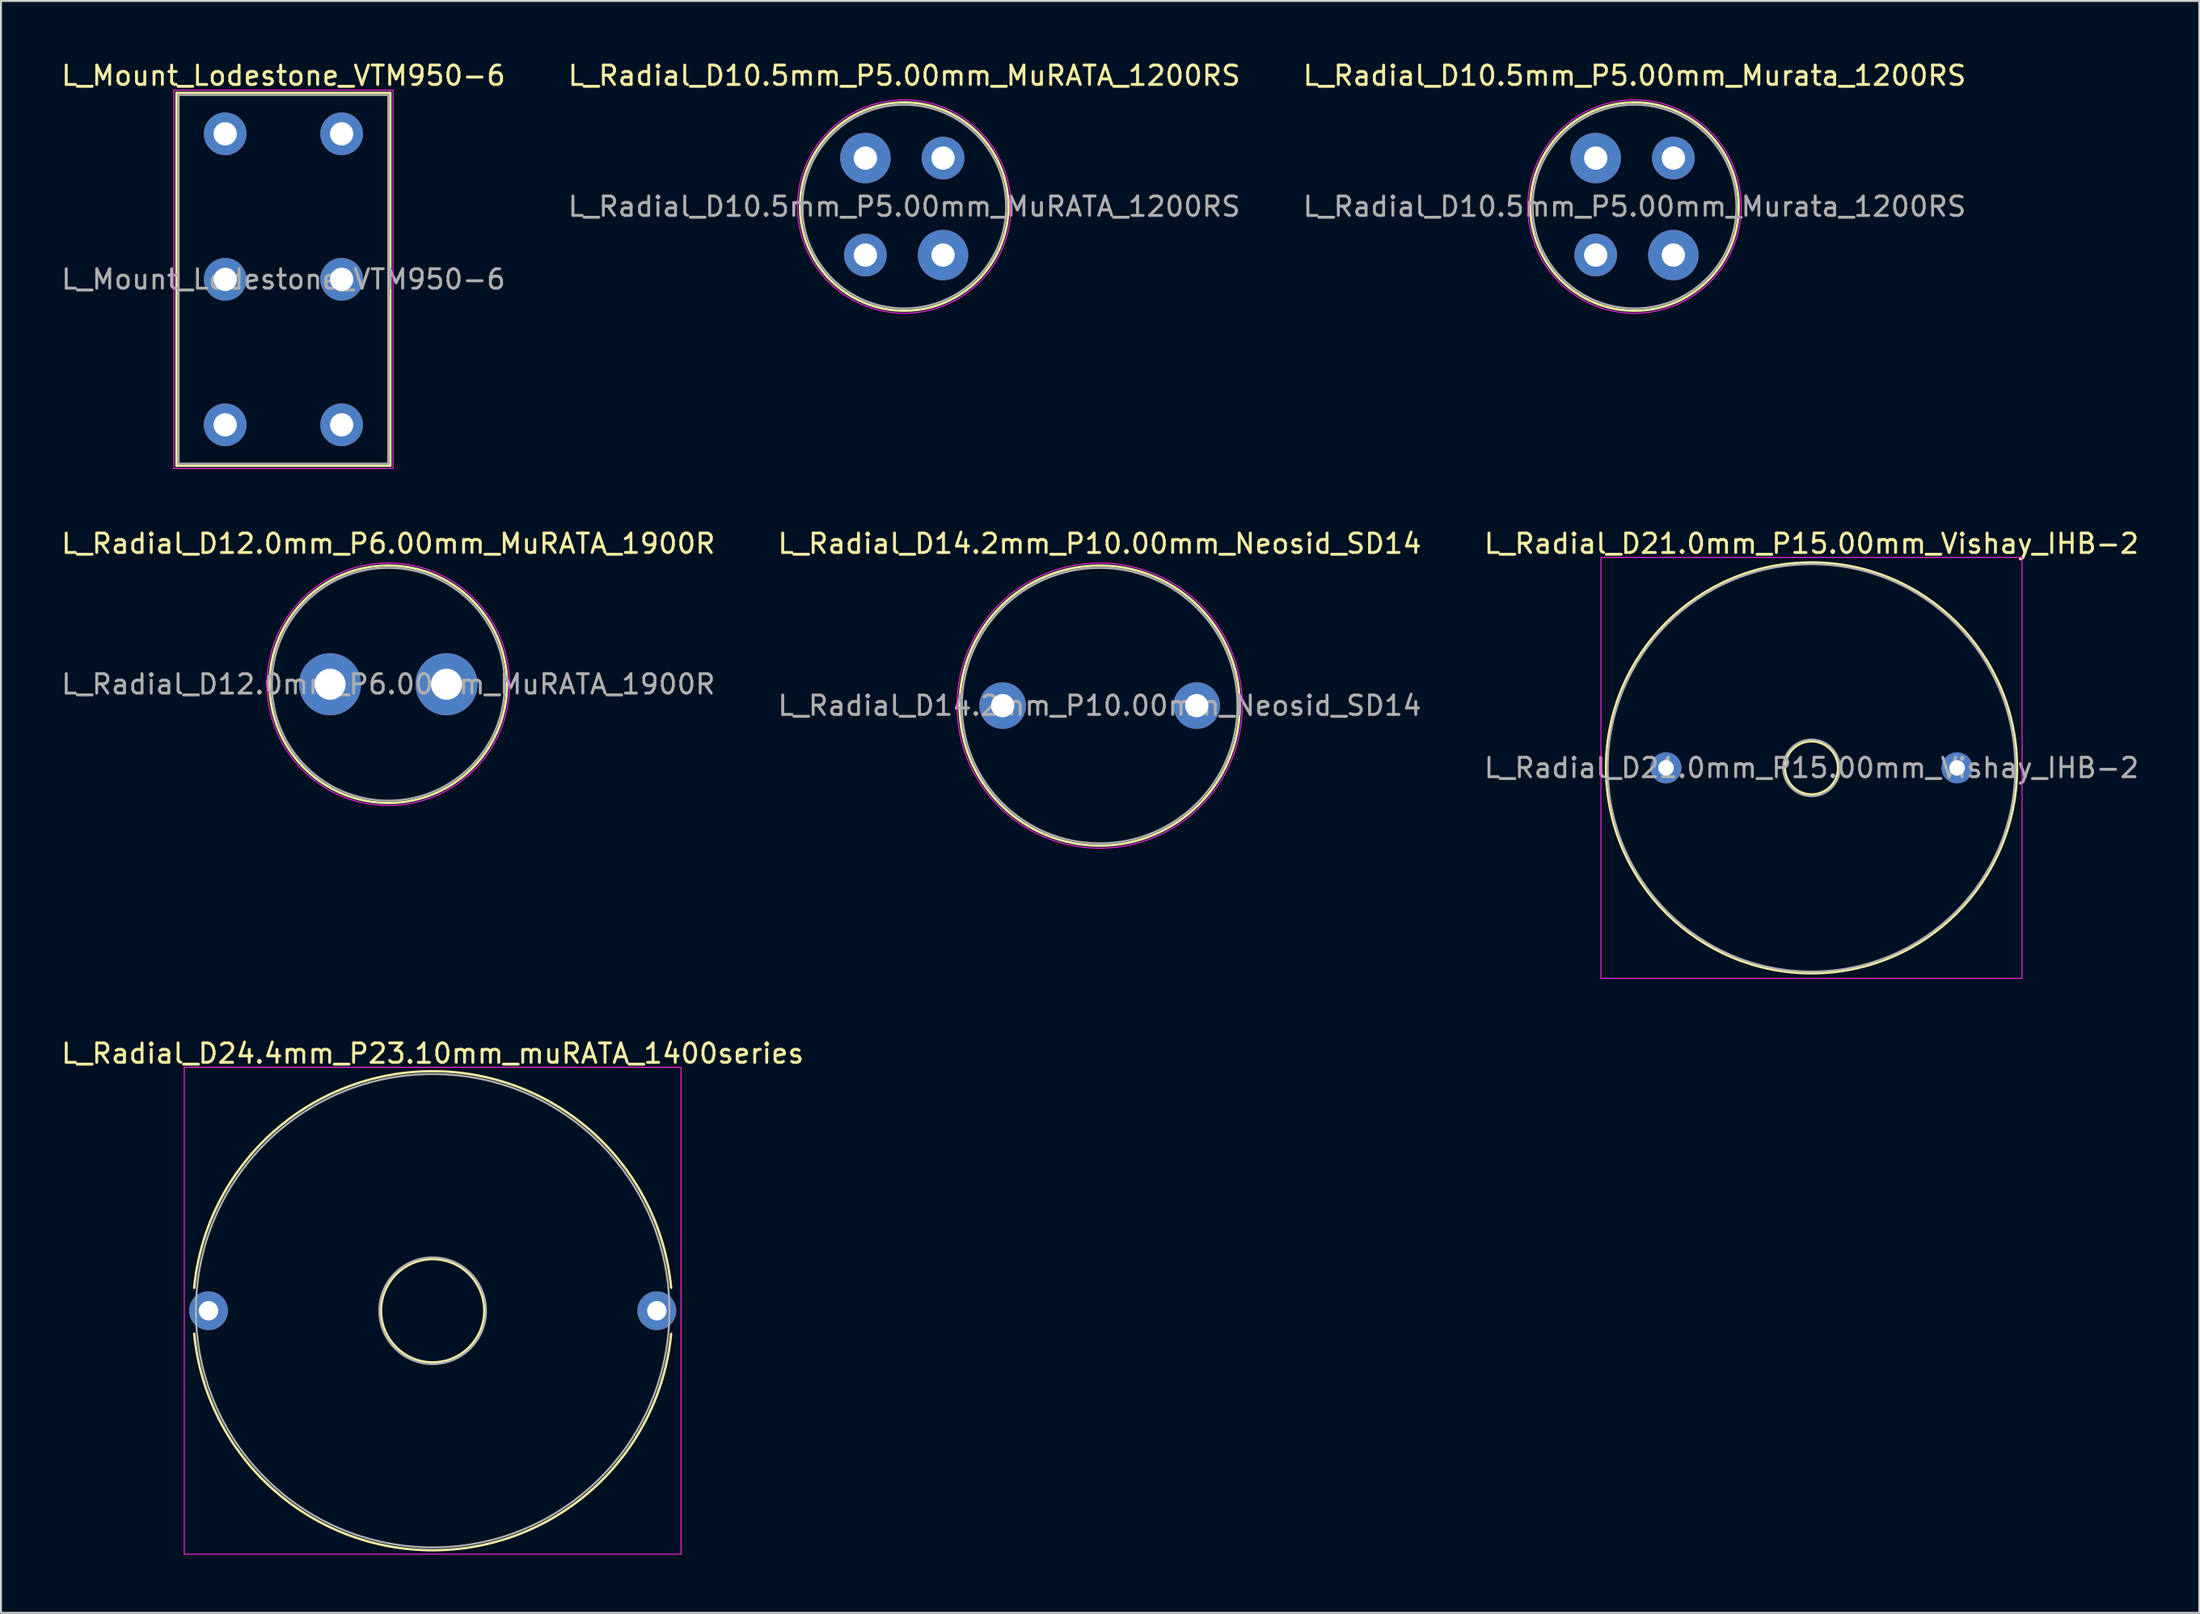
<source format=kicad_pcb>
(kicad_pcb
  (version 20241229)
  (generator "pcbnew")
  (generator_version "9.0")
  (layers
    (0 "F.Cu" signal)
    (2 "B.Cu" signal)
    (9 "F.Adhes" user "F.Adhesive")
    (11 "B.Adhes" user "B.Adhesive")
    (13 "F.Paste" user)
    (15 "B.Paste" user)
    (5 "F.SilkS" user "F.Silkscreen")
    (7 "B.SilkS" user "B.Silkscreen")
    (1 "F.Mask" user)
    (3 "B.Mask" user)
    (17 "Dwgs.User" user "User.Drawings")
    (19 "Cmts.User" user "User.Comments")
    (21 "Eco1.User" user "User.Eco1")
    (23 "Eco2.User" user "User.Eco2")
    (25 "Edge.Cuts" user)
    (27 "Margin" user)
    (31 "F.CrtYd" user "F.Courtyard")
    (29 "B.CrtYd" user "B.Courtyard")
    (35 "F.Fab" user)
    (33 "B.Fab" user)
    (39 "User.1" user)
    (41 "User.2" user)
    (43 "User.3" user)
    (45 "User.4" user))
  (footprint "L_Mount_Lodestone_VTM950-6"
    (layer "F.Cu")
    (at 8.554 3.848)
    (property "Reference" "L_Mount_Lodestone_VTM950-6" (at 3 -3 0) (layer "F.SilkS") (effects (font (size 1 1) (thickness 0.15))))
    (attr through_hole)
    (fp_line (start -2.51 -2.11) (end -2.51 17.11) (stroke (width 0.12) (type solid)) (layer "F.SilkS"))
    (fp_line (start -2.51 -2.11) (end 8.51 -2.11) (stroke (width 0.12) (type solid)) (layer "F.SilkS"))
    (fp_line (start -2.51 17.11) (end 8.51 17.11) (stroke (width 0.12) (type solid)) (layer "F.SilkS"))
    (fp_line (start 8.51 -2.11) (end 8.51 17.11) (stroke (width 0.12) (type solid)) (layer "F.SilkS"))
    (fp_line (start -2.65 -2.25) (end -2.65 17.25) (stroke (width 0.05) (type solid)) (layer "F.CrtYd"))
    (fp_line (start -2.65 -2.25) (end 8.65 -2.25) (stroke (width 0.05) (type solid)) (layer "F.CrtYd"))
    (fp_line (start -2.65 17.25) (end 8.65 17.25) (stroke (width 0.05) (type solid)) (layer "F.CrtYd"))
    (fp_line (start 8.65 -2.25) (end 8.65 17.25) (stroke (width 0.05) (type solid)) (layer "F.CrtYd"))
    (fp_line (start -2.4 -2) (end -2.4 17) (stroke (width 0.1) (type solid)) (layer "F.Fab"))
    (fp_line (start -2.4 -2) (end 8.4 -2) (stroke (width 0.1) (type solid)) (layer "F.Fab"))
    (fp_line (start -2.4 17) (end 8.4 17) (stroke (width 0.1) (type solid)) (layer "F.Fab"))
    (fp_line (start 8.4 -2) (end 8.4 17) (stroke (width 0.1) (type solid)) (layer "F.Fab"))
    (fp_text user "${REFERENCE}" (at 3 7.5 0) (layer "F.Fab") (effects (font (size 1 1) (thickness 0.15))))
    (pad "1" thru_hole circle (at 0 0) (size 2.2 2.2) (drill 1.2) (layers "*.Cu" "*.Mask"))
    (pad "2" thru_hole circle (at 6 15) (size 2.2 2.2) (drill 1.2) (layers "*.Cu" "*.Mask"))
    (pad "3" thru_hole circle (at 0 15) (size 2.2 2.2) (drill 1.2) (layers "*.Cu" "*.Mask"))
    (pad "4" thru_hole circle (at 6 0) (size 2.2 2.2) (drill 1.2) (layers "*.Cu" "*.Mask"))
    (pad "5" thru_hole circle (at 0 7.5) (size 2.2 2.2) (drill 1.2) (layers "*.Cu" "*.Mask"))
    (pad "6" thru_hole circle (at 6 7.5) (size 2.2 2.2) (drill 1.2) (layers "*.Cu" "*.Mask")))
  (footprint "L_Radial_D10.5mm_P5.00mm_Murata_1200RS"
    (layer "F.Cu")
    (at 79.173 5.098)
    (property "Reference" "L_Radial_D10.5mm_P5.00mm_Murata_1200RS" (at 2 -4.25 0) (layer "F.SilkS") (effects (font (size 1 1) (thickness 0.15))))
    (attr through_hole)
    (fp_circle (center 2 2.5) (end 7.37 2.5) (stroke (width 0.12) (type solid)) (fill no) (layer "F.SilkS"))
    (fp_circle (center 2 2.5) (end 7.5 2.5) (stroke (width 0.05) (type solid)) (fill no) (layer "F.CrtYd"))
    (fp_circle (center 2 2.5) (end 7.25 2.5) (stroke (width 0.1) (type solid)) (fill no) (layer "F.Fab"))
    (fp_text user "${REFERENCE}" (at 2 2.5 0) (layer "F.Fab") (effects (font (size 1 1) (thickness 0.15))))
    (pad "" thru_hole circle (at 0 5) (size 2.2 2.2) (drill 1.2) (layers "*.Cu" "*.Mask"))
    (pad "" thru_hole circle (at 4 0) (size 2.2 2.2) (drill 1.2) (layers "*.Cu" "*.Mask"))
    (pad "1" thru_hole circle (at 0 0) (size 2.6 2.6) (drill 1.2) (layers "*.Cu" "*.Mask"))
    (pad "2" thru_hole circle (at 4 5) (size 2.6 2.6) (drill 1.2) (layers "*.Cu" "*.Mask")))
  (footprint "L_Radial_D24.4mm_P23.10mm_muRATA_1400series"
    (layer "F.Cu")
    (at 7.694 64.515)
    (property "Reference" "L_Radial_D24.4mm_P23.10mm_muRATA_1400series" (at 11.55 -13.26 0) (layer "F.SilkS") (effects (font (size 1 1) (thickness 0.15))))
    (attr through_hole)
    (fp_arc (start -0.74 -1.18) (mid 11.546623 -12.346517) (end 23.839353 -1.186722) (stroke (width 0.12) (type solid)) (layer "F.SilkS"))
    (fp_arc (start 23.839353 1.186722) (mid 11.546623 12.346518) (end -0.74 1.18) (stroke (width 0.12) (type solid)) (layer "F.SilkS"))
    (fp_circle (center 11.55 0) (end 14.21 0) (stroke (width 0.12) (type solid)) (fill no) (layer "F.SilkS"))
    (fp_line (start -1.25 -12.55) (end -1.25 12.55) (stroke (width 0.05) (type solid)) (layer "F.CrtYd"))
    (fp_line (start -1.25 12.55) (end 24.35 12.55) (stroke (width 0.05) (type solid)) (layer "F.CrtYd"))
    (fp_line (start 24.35 -12.55) (end -1.25 -12.55) (stroke (width 0.05) (type solid)) (layer "F.CrtYd"))
    (fp_line (start 24.35 12.55) (end 24.35 -12.55) (stroke (width 0.05) (type solid)) (layer "F.CrtYd"))
    (fp_circle (center 11.55 0) (end 14.3 0) (stroke (width 0.1) (type solid)) (fill no) (layer "F.Fab"))
    (fp_circle (center 11.55 0) (end 23.75 0) (stroke (width 0.1) (type solid)) (fill no) (layer "F.Fab"))
    (pad "1" thru_hole circle (at 0 0) (size 2 2) (drill 1) (layers "*.Cu" "*.Mask"))
    (pad "2" thru_hole circle (at 23.1 0) (size 2 2) (drill 1) (layers "*.Cu" "*.Mask")))
  (footprint "L_Radial_D12.0mm_P6.00mm_MuRATA_1900R"
    (layer "F.Cu")
    (at 13.958 32.221)
    (property "Reference" "L_Radial_D12.0mm_P6.00mm_MuRATA_1900R" (at 3 -7.25 0) (layer "F.SilkS") (effects (font (size 1 1) (thickness 0.15))))
    (attr through_hole)
    (fp_circle (center 3 0) (end 9.12 0) (stroke (width 0.12) (type solid)) (fill no) (layer "F.SilkS"))
    (fp_circle (center 3 0) (end 9.25 0) (stroke (width 0.05) (type solid)) (fill no) (layer "F.CrtYd"))
    (fp_circle (center 3 0) (end 9 0) (stroke (width 0.1) (type solid)) (fill no) (layer "F.Fab"))
    (fp_text user "${REFERENCE}" (at 3 0 0) (layer "F.Fab") (effects (font (size 1 1) (thickness 0.15))))
    (pad "1" thru_hole circle (at 0 0) (size 3.2 3.2) (drill 1.6) (layers "*.Cu" "*.Mask"))
    (pad "2" thru_hole circle (at 6 0) (size 3.2 3.2) (drill 1.6) (layers "*.Cu" "*.Mask")))
  (footprint "L_Radial_D14.2mm_P10.00mm_Neosid_SD14"
    (layer "F.Cu")
    (at 48.613 33.322)
    (property "Reference" "L_Radial_D14.2mm_P10.00mm_Neosid_SD14" (at 5 -8.35 0) (layer "F.SilkS") (effects (font (size 1 1) (thickness 0.15))))
    (attr through_hole)
    (fp_circle (center 5 0) (end 12.22 0) (stroke (width 0.12) (type solid)) (fill no) (layer "F.SilkS"))
    (fp_circle (center 5 0) (end 12.35 0) (stroke (width 0.05) (type solid)) (fill no) (layer "F.CrtYd"))
    (fp_circle (center 5 0) (end 12.1 0) (stroke (width 0.1) (type solid)) (fill no) (layer "F.Fab"))
    (fp_text user "${REFERENCE}" (at 5 0 0) (layer "F.Fab") (effects (font (size 1 1) (thickness 0.15))))
    (pad "1" thru_hole circle (at 0 0) (size 2.4 2.4) (drill 1.2) (layers "*.Cu" "*.Mask"))
    (pad "2" thru_hole circle (at 10 0) (size 2.4 2.4) (drill 1.2) (layers "*.Cu" "*.Mask")))
  (footprint "L_Radial_D21.0mm_P15.00mm_Vishay_IHB-2"
    (layer "F.Cu")
    (at 82.792 36.532)
    (property "Reference" "L_Radial_D21.0mm_P15.00mm_Vishay_IHB-2" (at 7.5 -11.56 0) (layer "F.SilkS") (effects (font (size 1 1) (thickness 0.15))))
    (attr through_hole)
    (fp_circle (center 7.5 0) (end 8.87 0) (stroke (width 0.12) (type solid)) (fill no) (layer "F.SilkS"))
    (fp_circle (center 7.5 0) (end 18.09 0) (stroke (width 0.12) (type solid)) (fill no) (layer "F.SilkS"))
    (fp_line (start -3.35 -10.85) (end -3.35 10.85) (stroke (width 0.05) (type solid)) (layer "F.CrtYd"))
    (fp_line (start -3.35 10.85) (end 18.35 10.85) (stroke (width 0.05) (type solid)) (layer "F.CrtYd"))
    (fp_line (start 18.35 -10.85) (end -3.35 -10.85) (stroke (width 0.05) (type solid)) (layer "F.CrtYd"))
    (fp_line (start 18.35 10.85) (end 18.35 -10.85) (stroke (width 0.05) (type solid)) (layer "F.CrtYd"))
    (fp_circle (center 7.5 0) (end 8.96 0) (stroke (width 0.1) (type solid)) (fill no) (layer "F.Fab"))
    (fp_circle (center 7.5 0) (end 18 0) (stroke (width 0.1) (type solid)) (fill no) (layer "F.Fab"))
    (fp_text user "${REFERENCE}" (at 7.5 0 0) (layer "F.Fab") (effects (font (size 1 1) (thickness 0.15))))
    (pad "1" thru_hole circle (at 0 0) (size 1.6 1.6) (drill 0.8) (layers "*.Cu" "*.Mask"))
    (pad "2" thru_hole circle (at 15 0) (size 1.6 1.6) (drill 0.8) (layers "*.Cu" "*.Mask")))
  (footprint "L_Radial_D10.5mm_P5.00mm_MuRATA_1200RS"
    (layer "F.Cu")
    (at 41.542 5.098)
    (property "Reference" "L_Radial_D10.5mm_P5.00mm_MuRATA_1200RS" (at 2 -4.25 0) (layer "F.SilkS") (effects (font (size 1 1) (thickness 0.15))))
    (attr through_hole)
    (fp_circle (center 2 2.5) (end 7.37 2.5) (stroke (width 0.12) (type solid)) (fill no) (layer "F.SilkS"))
    (fp_circle (center 2 2.5) (end 7.5 2.5) (stroke (width 0.05) (type solid)) (fill no) (layer "F.CrtYd"))
    (fp_circle (center 2 2.5) (end 7.25 2.5) (stroke (width 0.1) (type solid)) (fill no) (layer "F.Fab"))
    (fp_text user "${REFERENCE}" (at 2 2.5 0) (layer "F.Fab") (effects (font (size 1 1) (thickness 0.15))))
    (pad "" thru_hole circle (at 0 5) (size 2.2 2.2) (drill 1.2) (layers "*.Cu" "*.Mask"))
    (pad "" thru_hole circle (at 4 0) (size 2.2 2.2) (drill 1.2) (layers "*.Cu" "*.Mask"))
    (pad "1" thru_hole circle (at 0 0) (size 2.6 2.6) (drill 1.2) (layers "*.Cu" "*.Mask"))
    (pad "2" thru_hole circle (at 4 5) (size 2.6 2.6) (drill 1.2) (layers "*.Cu" "*.Mask")))
  (gr_rect
    (start -3 -3)
    (end 110.274 80.09)
    (stroke (width 0.1) (type default))
    (fill no)
    (layer "Edge.Cuts")))
</source>
